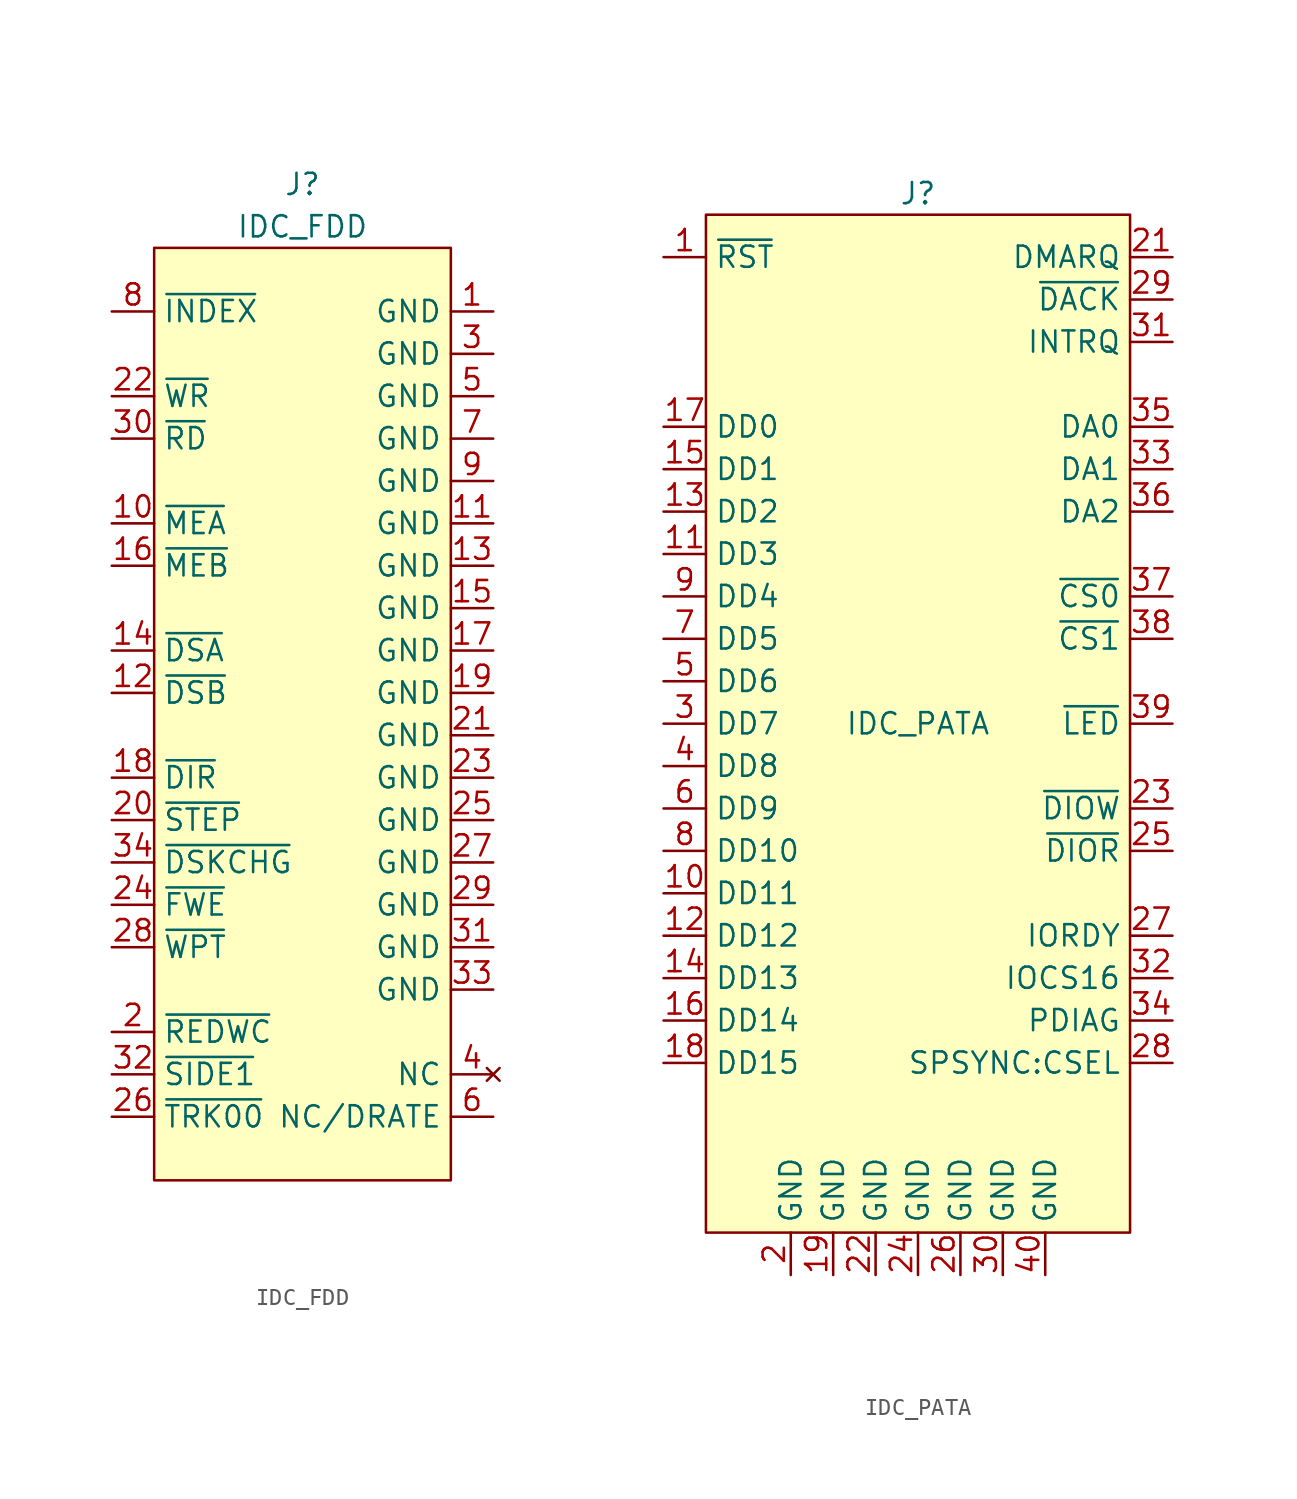
<source format=kicad_sym>
(kicad_symbol_lib
  (version 20220914)
  (generator kicad_symbol_editor)
  (symbol "IDC_FDD"
    (property "Reference" "J"
      (at 0 31.75 0)
      (effects (font (size 1.27 1.27))))
    (property "Value" "IDC_FDD"
      (at 0 29.21 0)
      (effects (font (size 1.27 1.27))))
    (symbol "IDC_FDD_1_1"
      (rectangle (start -8.89 27.94) (end 8.89 -27.94) (stroke (width 0) (type default)) (fill (type background)))
      (pin power_in line (at 11.43 24.13 180) (length 2.54) (name "GND" (effects (font (size 1.27 1.27)))) (number "1" (effects (font (size 1.27 1.27)))))
      (pin input line (at -11.43 11.43 0) (length 2.54) (name "~{MEA}" (effects (font (size 1.27 1.27)))) (number "10" (effects (font (size 1.27 1.27)))))
      (pin power_in line (at 11.43 11.43 180) (length 2.54) (name "GND" (effects (font (size 1.27 1.27)))) (number "11" (effects (font (size 1.27 1.27)))))
      (pin input line (at -11.43 1.27 0) (length 2.54) (name "~{DSB}" (effects (font (size 1.27 1.27)))) (number "12" (effects (font (size 1.27 1.27)))))
      (pin power_in line (at 11.43 8.89 180) (length 2.54) (name "GND" (effects (font (size 1.27 1.27)))) (number "13" (effects (font (size 1.27 1.27)))))
      (pin input line (at -11.43 3.81 0) (length 2.54) (name "~{DSA}" (effects (font (size 1.27 1.27)))) (number "14" (effects (font (size 1.27 1.27)))))
      (pin power_in line (at 11.43 6.35 180) (length 2.54) (name "GND" (effects (font (size 1.27 1.27)))) (number "15" (effects (font (size 1.27 1.27)))))
      (pin input line (at -11.43 8.89 0) (length 2.54) (name "~{MEB}" (effects (font (size 1.27 1.27)))) (number "16" (effects (font (size 1.27 1.27)))))
      (pin power_in line (at 11.43 3.81 180) (length 2.54) (name "GND" (effects (font (size 1.27 1.27)))) (number "17" (effects (font (size 1.27 1.27)))))
      (pin input line (at -11.43 -3.81 0) (length 2.54) (name "~{DIR}" (effects (font (size 1.27 1.27)))) (number "18" (effects (font (size 1.27 1.27)))))
      (pin power_in line (at 11.43 1.27 180) (length 2.54) (name "GND" (effects (font (size 1.27 1.27)))) (number "19" (effects (font (size 1.27 1.27)))))
      (pin output line (at -11.43 -19.05 0) (length 2.54) (name "~{REDWC}" (effects (font (size 1.27 1.27)))) (number "2" (effects (font (size 1.27 1.27)))))
      (pin input line (at -11.43 -6.35 0) (length 2.54) (name "~{STEP}" (effects (font (size 1.27 1.27)))) (number "20" (effects (font (size 1.27 1.27)))))
      (pin power_in line (at 11.43 -1.27 180) (length 2.54) (name "GND" (effects (font (size 1.27 1.27)))) (number "21" (effects (font (size 1.27 1.27)))))
      (pin input line (at -11.43 19.05 0) (length 2.54) (name "~{WR}" (effects (font (size 1.27 1.27)))) (number "22" (effects (font (size 1.27 1.27)))))
      (pin power_in line (at 11.43 -3.81 180) (length 2.54) (name "GND" (effects (font (size 1.27 1.27)))) (number "23" (effects (font (size 1.27 1.27)))))
      (pin input line (at -11.43 -11.43 0) (length 2.54) (name "~{FWE}" (effects (font (size 1.27 1.27)))) (number "24" (effects (font (size 1.27 1.27)))))
      (pin power_in line (at 11.43 -6.35 180) (length 2.54) (name "GND" (effects (font (size 1.27 1.27)))) (number "25" (effects (font (size 1.27 1.27)))))
      (pin output line (at -11.43 -24.13 0) (length 2.54) (name "~{TRK00}" (effects (font (size 1.27 1.27)))) (number "26" (effects (font (size 1.27 1.27)))))
      (pin power_in line (at 11.43 -8.89 180) (length 2.54) (name "GND" (effects (font (size 1.27 1.27)))) (number "27" (effects (font (size 1.27 1.27)))))
      (pin output line (at -11.43 -13.97 0) (length 2.54) (name "~{WPT}" (effects (font (size 1.27 1.27)))) (number "28" (effects (font (size 1.27 1.27)))))
      (pin power_in line (at 11.43 -11.43 180) (length 2.54) (name "GND" (effects (font (size 1.27 1.27)))) (number "29" (effects (font (size 1.27 1.27)))))
      (pin power_in line (at 11.43 21.59 180) (length 2.54) (name "GND" (effects (font (size 1.27 1.27)))) (number "3" (effects (font (size 1.27 1.27)))))
      (pin output line (at -11.43 16.51 0) (length 2.54) (name "~{RD}" (effects (font (size 1.27 1.27)))) (number "30" (effects (font (size 1.27 1.27)))))
      (pin power_in line (at 11.43 -13.97 180) (length 2.54) (name "GND" (effects (font (size 1.27 1.27)))) (number "31" (effects (font (size 1.27 1.27)))))
      (pin input line (at -11.43 -21.59 0) (length 2.54) (name "~{SIDE1}" (effects (font (size 1.27 1.27)))) (number "32" (effects (font (size 1.27 1.27)))))
      (pin power_in line (at 11.43 -16.51 180) (length 2.54) (name "GND" (effects (font (size 1.27 1.27)))) (number "33" (effects (font (size 1.27 1.27)))))
      (pin output line (at -11.43 -8.89 0) (length 2.54) (name "~{DSKCHG}" (effects (font (size 1.27 1.27)))) (number "34" (effects (font (size 1.27 1.27)))))
      (pin no_connect line (at 11.43 -21.59 180) (length 2.54) (name "NC" (effects (font (size 1.27 1.27)))) (number "4" (effects (font (size 1.27 1.27)))))
      (pin power_in line (at 11.43 19.05 180) (length 2.54) (name "GND" (effects (font (size 1.27 1.27)))) (number "5" (effects (font (size 1.27 1.27)))))
      (pin output line (at 11.43 -24.13 180) (length 2.54) (name "NC/DRATE" (effects (font (size 1.27 1.27)))) (number "6" (effects (font (size 1.27 1.27)))))
      (pin power_in line (at 11.43 16.51 180) (length 2.54) (name "GND" (effects (font (size 1.27 1.27)))) (number "7" (effects (font (size 1.27 1.27)))))
      (pin output line (at -11.43 24.13 0) (length 2.54) (name "~{INDEX}" (effects (font (size 1.27 1.27)))) (number "8" (effects (font (size 1.27 1.27)))))
      (pin power_in line (at 11.43 13.97 180) (length 2.54) (name "GND" (effects (font (size 1.27 1.27)))) (number "9" (effects (font (size 1.27 1.27)))))))
  (symbol "IDC_PATA"
    (property "Reference" "J"
      (at 0 31.75 0)
      (effects (font (size 1.27 1.27))))
    (property "Value" "IDC_PATA"
      (at 0 0 0)
      (effects (font (size 1.27 1.27))))
    (symbol "IDC_PATA_1_1"
      (rectangle (start -12.7 30.48) (end 12.7 -30.48) (stroke (width 0) (type default)) (fill (type background)))
      (pin bidirectional line (at -15.24 27.94 0) (length 2.54) (name "~{RST}" (effects (font (size 1.27 1.27)))) (number "1" (effects (font (size 1.27 1.27)))))
      (pin bidirectional line (at -15.24 -10.16 0) (length 2.54) (name "DD11" (effects (font (size 1.27 1.27)))) (number "10" (effects (font (size 1.27 1.27)))))
      (pin bidirectional line (at -15.24 10.16 0) (length 2.54) (name "DD3" (effects (font (size 1.27 1.27)))) (number "11" (effects (font (size 1.27 1.27)))))
      (pin bidirectional line (at -15.24 -12.7 0) (length 2.54) (name "DD12" (effects (font (size 1.27 1.27)))) (number "12" (effects (font (size 1.27 1.27)))))
      (pin bidirectional line (at -15.24 12.7 0) (length 2.54) (name "DD2" (effects (font (size 1.27 1.27)))) (number "13" (effects (font (size 1.27 1.27)))))
      (pin bidirectional line (at -15.24 -15.24 0) (length 2.54) (name "DD13" (effects (font (size 1.27 1.27)))) (number "14" (effects (font (size 1.27 1.27)))))
      (pin bidirectional line (at -15.24 15.24 0) (length 2.54) (name "DD1" (effects (font (size 1.27 1.27)))) (number "15" (effects (font (size 1.27 1.27)))))
      (pin bidirectional line (at -15.24 -17.78 0) (length 2.54) (name "DD14" (effects (font (size 1.27 1.27)))) (number "16" (effects (font (size 1.27 1.27)))))
      (pin bidirectional line (at -15.24 17.78 0) (length 2.54) (name "DD0" (effects (font (size 1.27 1.27)))) (number "17" (effects (font (size 1.27 1.27)))))
      (pin bidirectional line (at -15.24 -20.32 0) (length 2.54) (name "DD15" (effects (font (size 1.27 1.27)))) (number "18" (effects (font (size 1.27 1.27)))))
      (pin power_in line (at -5.08 -33.02 90) (length 2.54) (name "GND" (effects (font (size 1.27 1.27)))) (number "19" (effects (font (size 1.27 1.27)))))
      (pin power_in line (at -7.62 -33.02 90) (length 2.54) (name "GND" (effects (font (size 1.27 1.27)))) (number "2" (effects (font (size 1.27 1.27)))))
      (pin output line (at 15.24 27.94 180) (length 2.54) (name "DMARQ" (effects (font (size 1.27 1.27)))) (number "21" (effects (font (size 1.27 1.27)))))
      (pin power_in line (at -2.54 -33.02 90) (length 2.54) (name "GND" (effects (font (size 1.27 1.27)))) (number "22" (effects (font (size 1.27 1.27)))))
      (pin input line (at 15.24 -5.08 180) (length 2.54) (name "~{DIOW}" (effects (font (size 1.27 1.27)))) (number "23" (effects (font (size 1.27 1.27)))))
      (pin power_in line (at 0 -33.02 90) (length 2.54) (name "GND" (effects (font (size 1.27 1.27)))) (number "24" (effects (font (size 1.27 1.27)))))
      (pin input line (at 15.24 -7.62 180) (length 2.54) (name "~{DIOR}" (effects (font (size 1.27 1.27)))) (number "25" (effects (font (size 1.27 1.27)))))
      (pin power_in line (at 2.54 -33.02 90) (length 2.54) (name "GND" (effects (font (size 1.27 1.27)))) (number "26" (effects (font (size 1.27 1.27)))))
      (pin output line (at 15.24 -12.7 180) (length 2.54) (name "IORDY" (effects (font (size 1.27 1.27)))) (number "27" (effects (font (size 1.27 1.27)))))
      (pin output line (at 15.24 -20.32 180) (length 2.54) (name "SPSYNC:CSEL" (effects (font (size 1.27 1.27)))) (number "28" (effects (font (size 1.27 1.27)))))
      (pin output line (at 15.24 25.4 180) (length 2.54) (name "~{DACK}" (effects (font (size 1.27 1.27)))) (number "29" (effects (font (size 1.27 1.27)))))
      (pin bidirectional line (at -15.24 0 0) (length 2.54) (name "DD7" (effects (font (size 1.27 1.27)))) (number "3" (effects (font (size 1.27 1.27)))))
      (pin power_in line (at 5.08 -33.02 90) (length 2.54) (name "GND" (effects (font (size 1.27 1.27)))) (number "30" (effects (font (size 1.27 1.27)))))
      (pin output line (at 15.24 22.86 180) (length 2.54) (name "INTRQ" (effects (font (size 1.27 1.27)))) (number "31" (effects (font (size 1.27 1.27)))))
      (pin output line (at 15.24 -15.24 180) (length 2.54) (name "IOCS16" (effects (font (size 1.27 1.27)))) (number "32" (effects (font (size 1.27 1.27)))))
      (pin input line (at 15.24 15.24 180) (length 2.54) (name "DA1" (effects (font (size 1.27 1.27)))) (number "33" (effects (font (size 1.27 1.27)))))
      (pin output line (at 15.24 -17.78 180) (length 2.54) (name "PDIAG" (effects (font (size 1.27 1.27)))) (number "34" (effects (font (size 1.27 1.27)))))
      (pin input line (at 15.24 17.78 180) (length 2.54) (name "DA0" (effects (font (size 1.27 1.27)))) (number "35" (effects (font (size 1.27 1.27)))))
      (pin input line (at 15.24 12.7 180) (length 2.54) (name "DA2" (effects (font (size 1.27 1.27)))) (number "36" (effects (font (size 1.27 1.27)))))
      (pin input line (at 15.24 7.62 180) (length 2.54) (name "~{CS0}" (effects (font (size 1.27 1.27)))) (number "37" (effects (font (size 1.27 1.27)))))
      (pin input line (at 15.24 5.08 180) (length 2.54) (name "~{CS1}" (effects (font (size 1.27 1.27)))) (number "38" (effects (font (size 1.27 1.27)))))
      (pin output line (at 15.24 0 180) (length 2.54) (name "~{LED}" (effects (font (size 1.27 1.27)))) (number "39" (effects (font (size 1.27 1.27)))))
      (pin bidirectional line (at -15.24 -2.54 0) (length 2.54) (name "DD8" (effects (font (size 1.27 1.27)))) (number "4" (effects (font (size 1.27 1.27)))))
      (pin power_in line (at 7.62 -33.02 90) (length 2.54) (name "GND" (effects (font (size 1.27 1.27)))) (number "40" (effects (font (size 1.27 1.27)))))
      (pin bidirectional line (at -15.24 2.54 0) (length 2.54) (name "DD6" (effects (font (size 1.27 1.27)))) (number "5" (effects (font (size 1.27 1.27)))))
      (pin bidirectional line (at -15.24 -5.08 0) (length 2.54) (name "DD9" (effects (font (size 1.27 1.27)))) (number "6" (effects (font (size 1.27 1.27)))))
      (pin bidirectional line (at -15.24 5.08 0) (length 2.54) (name "DD5" (effects (font (size 1.27 1.27)))) (number "7" (effects (font (size 1.27 1.27)))))
      (pin bidirectional line (at -15.24 -7.62 0) (length 2.54) (name "DD10" (effects (font (size 1.27 1.27)))) (number "8" (effects (font (size 1.27 1.27)))))
      (pin bidirectional line (at -15.24 7.62 0) (length 2.54) (name "DD4" (effects (font (size 1.27 1.27)))) (number "9" (effects (font (size 1.27 1.27))))))))
</source>
